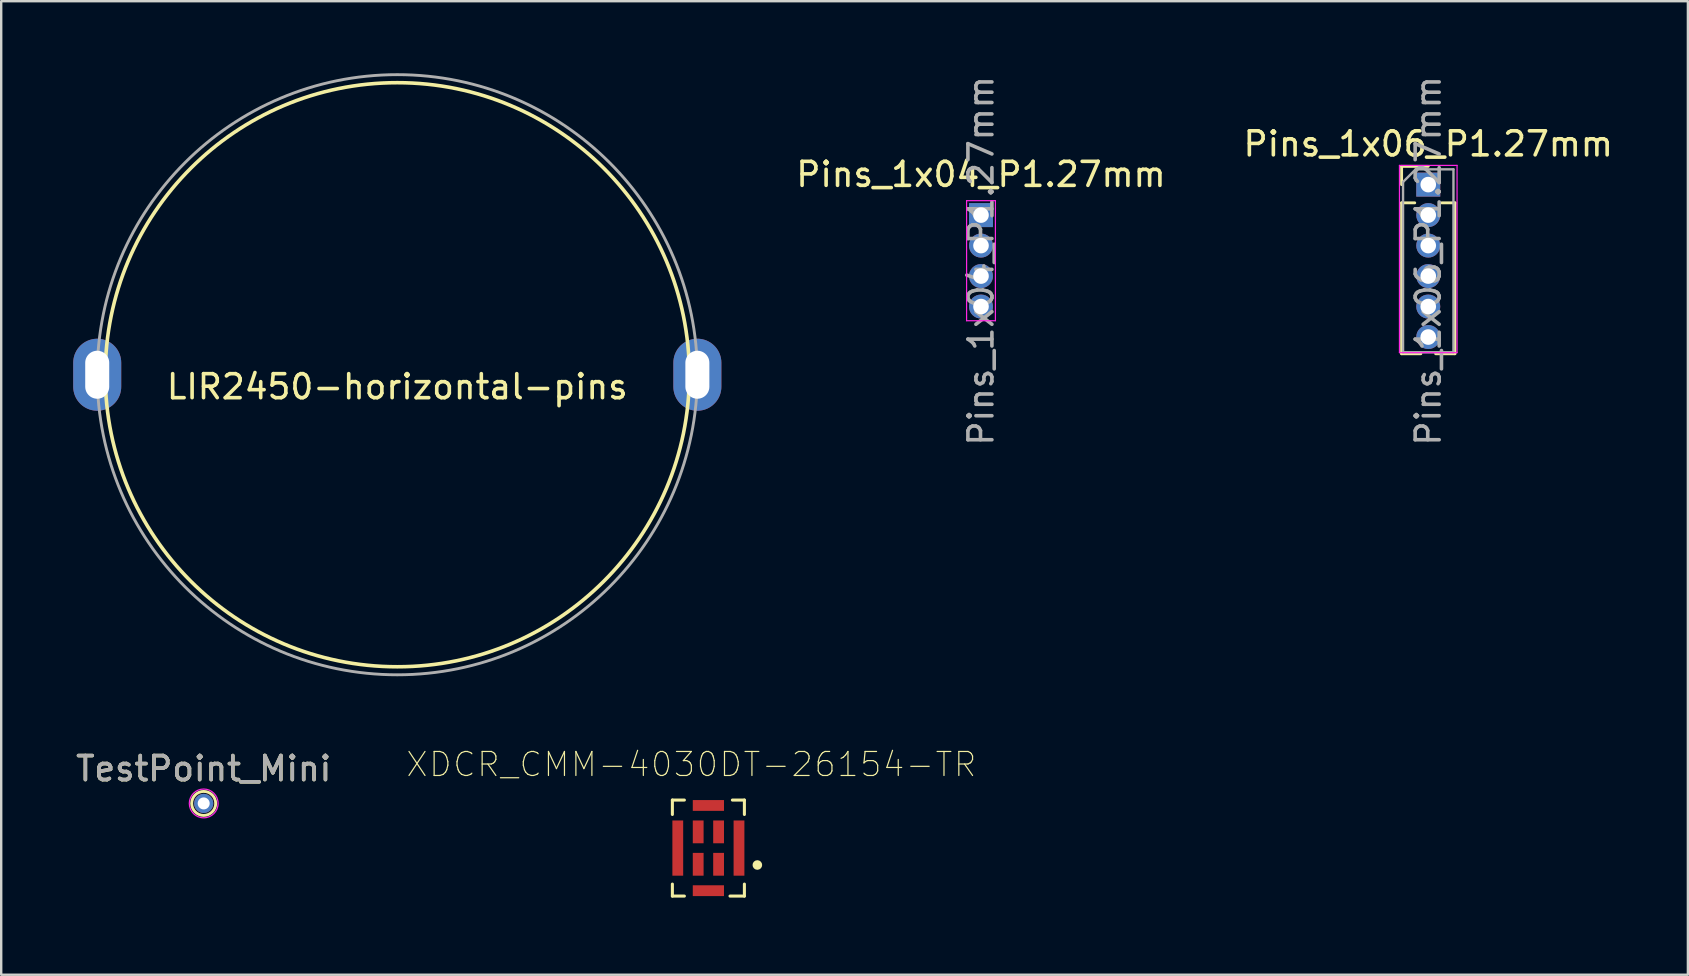
<source format=kicad_pcb>
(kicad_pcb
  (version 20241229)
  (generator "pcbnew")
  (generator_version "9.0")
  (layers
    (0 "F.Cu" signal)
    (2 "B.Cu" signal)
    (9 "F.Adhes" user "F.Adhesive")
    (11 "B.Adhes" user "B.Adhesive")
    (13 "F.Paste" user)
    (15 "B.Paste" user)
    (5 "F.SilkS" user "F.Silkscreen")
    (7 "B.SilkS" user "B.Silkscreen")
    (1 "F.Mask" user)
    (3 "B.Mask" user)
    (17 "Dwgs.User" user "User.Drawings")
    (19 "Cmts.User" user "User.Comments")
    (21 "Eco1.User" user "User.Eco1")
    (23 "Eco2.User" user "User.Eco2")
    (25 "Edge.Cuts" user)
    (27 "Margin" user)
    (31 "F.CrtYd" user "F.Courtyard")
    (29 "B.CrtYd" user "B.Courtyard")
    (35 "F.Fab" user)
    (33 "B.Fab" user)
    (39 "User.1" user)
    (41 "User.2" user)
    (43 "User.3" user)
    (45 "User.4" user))
  (footprint "LIR2450-horizontal-pins"
    (layer "F.Cu")
    (at 13.5 12.56)
    (property "Reference" "LIR2450-horizontal-pins" (at 0 0.5 0) (layer "F.SilkS") (effects (font (size 1 1) (thickness 0.15))))
    (attr through_hole)
    (fp_circle (center 0 0) (end -12 -2) (stroke (width 0.15) (type solid)) (fill no) (layer "F.SilkS"))
    (fp_circle (center 0 0) (end 12.5 0) (stroke (width 0.12) (type solid)) (fill no) (layer "F.Fab"))
    (pad "1" thru_hole oval (at 12.5 0) (size 2 3) (drill oval 1 2) (layers "*.Cu" "*.Mask"))
    (pad "2" thru_hole oval (at -12.5 0) (size 2 3) (drill oval 1 2) (layers "*.Cu" "*.Mask")))
  (footprint "Pins_1x04_P1.27mm"
    (layer "F.Cu")
    (at 37.815 5.91)
    (property "Reference" "Pins_1x04_P1.27mm" (at 0 -1.695 0) (layer "F.SilkS") (effects (font (size 1 1) (thickness 0.15))))
    (attr through_hole)
    (fp_line (start -0.6 -0.6) (end -0.6 4.4) (stroke (width 0.05) (type solid)) (layer "F.CrtYd"))
    (fp_line (start -0.6 4.4) (end 0.6 4.4) (stroke (width 0.05) (type solid)) (layer "F.CrtYd"))
    (fp_line (start 0.6 -0.6) (end -0.6 -0.6) (stroke (width 0.05) (type solid)) (layer "F.CrtYd"))
    (fp_line (start 0.6 4.4) (end 0.6 -0.6) (stroke (width 0.05) (type solid)) (layer "F.CrtYd"))
    (fp_text user "${REFERENCE}" (at 0 1.905 90) (layer "F.Fab") (effects (font (size 1 1) (thickness 0.15))))
    (pad "1" thru_hole rect (at 0 0) (size 1 1) (drill 0.65) (layers "*.Cu" "*.Mask"))
    (pad "2" thru_hole oval (at 0 1.27) (size 1 1) (drill 0.65) (layers "*.Cu" "*.Mask"))
    (pad "3" thru_hole oval (at 0 2.54) (size 1 1) (drill 0.65) (layers "*.Cu" "*.Mask"))
    (pad "4" thru_hole oval (at 0 3.81) (size 1 1) (drill 0.65) (layers "*.Cu" "*.Mask")))
  (footprint "TestPoint_Mini"
    (layer "F.Cu")
    (at 5.435 30.418)
    (property "Reference" "TestPoint_Mini" (at 0 -1.448 0) (layer "F.SilkS") (effects (font (size 1 1) (thickness 0.15))))
    (attr exclude_from_pos_files exclude_from_bom)
    (fp_circle (center 0 0) (end 0.5 0) (stroke (width 0.12) (type solid)) (fill no) (layer "F.SilkS"))
    (fp_circle (center 0 0) (end 0.6 0) (stroke (width 0.05) (type solid)) (fill no) (layer "F.CrtYd"))
    (fp_text user "${REFERENCE}" (at 0 -1.45 0) (layer "F.Fab") (effects (font (size 1 1) (thickness 0.15))))
    (pad "1" thru_hole circle (at 0 0) (size 0.8 0.8) (drill 0.5) (layers "*.Cu" "*.Mask")))
  (footprint "Pins_1x06_P1.27mm"
    (layer "F.Cu")
    (at 56.446 4.64)
    (property "Reference" "Pins_1x06_P1.27mm" (at 0 -1.695 0) (layer "F.SilkS") (effects (font (size 1 1) (thickness 0.15))))
    (attr through_hole)
    (fp_line (start -1.11 -0.76) (end 0 -0.76) (stroke (width 0.12) (type solid)) (layer "F.SilkS"))
    (fp_line (start -1.11 0) (end -1.11 -0.76) (stroke (width 0.12) (type solid)) (layer "F.SilkS"))
    (fp_line (start -1.11 0.76) (end -1.11 7.045) (stroke (width 0.12) (type solid)) (layer "F.SilkS"))
    (fp_line (start -1.11 0.76) (end -0.563 0.76) (stroke (width 0.12) (type solid)) (layer "F.SilkS"))
    (fp_line (start -1.11 7.045) (end -0.308 7.045) (stroke (width 0.12) (type solid)) (layer "F.SilkS"))
    (fp_line (start 0.308 7.045) (end 1.11 7.045) (stroke (width 0.12) (type solid)) (layer "F.SilkS"))
    (fp_line (start 0.563 0.76) (end 1.11 0.76) (stroke (width 0.12) (type solid)) (layer "F.SilkS"))
    (fp_line (start 1.11 0.76) (end 1.11 7.045) (stroke (width 0.12) (type solid)) (layer "F.SilkS"))
    (fp_line (start -1.2 -0.8) (end -1.2 7) (stroke (width 0.05) (type solid)) (layer "F.CrtYd"))
    (fp_line (start -1.2 7) (end 1.2 7) (stroke (width 0.05) (type solid)) (layer "F.CrtYd"))
    (fp_line (start 1.2 -0.8) (end -1.2 -0.8) (stroke (width 0.05) (type solid)) (layer "F.CrtYd"))
    (fp_line (start 1.2 7) (end 1.2 -0.8) (stroke (width 0.05) (type solid)) (layer "F.CrtYd"))
    (fp_line (start -1.05 -0.11) (end -0.525 -0.635) (stroke (width 0.1) (type solid)) (layer "F.Fab"))
    (fp_line (start -1.05 6.985) (end -1.05 -0.11) (stroke (width 0.1) (type solid)) (layer "F.Fab"))
    (fp_line (start -0.525 -0.635) (end 1.05 -0.635) (stroke (width 0.1) (type solid)) (layer "F.Fab"))
    (fp_line (start 1.05 -0.635) (end 1.05 6.985) (stroke (width 0.1) (type solid)) (layer "F.Fab"))
    (fp_line (start 1.05 6.985) (end -1.05 6.985) (stroke (width 0.1) (type solid)) (layer "F.Fab"))
    (fp_text user "${REFERENCE}" (at 0 3.175 90) (layer "F.Fab") (effects (font (size 1 1) (thickness 0.15))))
    (pad "1" thru_hole rect (at 0 0) (size 1 1) (drill 0.65) (layers "*.Cu" "*.Mask"))
    (pad "2" thru_hole oval (at 0 1.27) (size 1 1) (drill 0.65) (layers "*.Cu" "*.Mask"))
    (pad "3" thru_hole oval (at 0 2.54) (size 1 1) (drill 0.65) (layers "*.Cu" "*.Mask"))
    (pad "4" thru_hole oval (at 0 3.81) (size 1 1) (drill 0.65) (layers "*.Cu" "*.Mask"))
    (pad "5" thru_hole oval (at 0 5.08) (size 1 1) (drill 0.65) (layers "*.Cu" "*.Mask"))
    (pad "6" thru_hole oval (at 0 6.35) (size 1 1) (drill 0.65) (layers "*.Cu" "*.Mask")))
  (footprint "XDCR_CMM-4030DT-26154-TR"
    (layer "F.Cu")
    (at 26.459 32.278)
    (property "Reference" "XDCR_CMM-4030DT-26154-TR" (at -0.71 -3.485 0) (layer "F.SilkS") (effects (font (size 1 1) (thickness 0.05))))
    (attr smd)
    (fp_line (start -1.5 -2) (end -1.5 -1.4) (stroke (width 0.127) (type solid)) (layer "F.SilkS"))
    (fp_line (start -1.5 -2) (end -1 -2) (stroke (width 0.127) (type solid)) (layer "F.SilkS"))
    (fp_line (start -1.5 1.5) (end -1.5 2) (stroke (width 0.127) (type solid)) (layer "F.SilkS"))
    (fp_line (start -1.5 2) (end -1 2) (stroke (width 0.127) (type solid)) (layer "F.SilkS"))
    (fp_line (start 1.5 -2) (end 1 -2) (stroke (width 0.127) (type solid)) (layer "F.SilkS"))
    (fp_line (start 1.5 -2) (end 1.5 -1.4) (stroke (width 0.127) (type solid)) (layer "F.SilkS"))
    (fp_line (start 1.5 1.5) (end 1.5 2) (stroke (width 0.127) (type solid)) (layer "F.SilkS"))
    (fp_line (start 1.5 2) (end 0.9 2) (stroke (width 0.127) (type solid)) (layer "F.SilkS"))
    (fp_circle (center 2.04 0.705) (end 2.14 0.705) (stroke (width 0.2) (type solid)) (fill no) (layer "F.SilkS"))
    (fp_line (start -1.75 -2.25) (end 1.75 -2.25) (stroke (width 0.05) (type solid)) (layer "Eco1.User"))
    (fp_line (start -1.75 2.25) (end -1.75 -2.25) (stroke (width 0.05) (type solid)) (layer "Eco1.User"))
    (fp_line (start 1.75 -2.25) (end 1.75 2.25) (stroke (width 0.05) (type solid)) (layer "Eco1.User"))
    (fp_line (start 1.75 2.25) (end -1.75 2.25) (stroke (width 0.05) (type solid)) (layer "Eco1.User"))
    (fp_line (start -1.5 -2) (end 1.5 -2) (stroke (width 0.127) (type solid)) (layer "Eco2.User"))
    (fp_line (start -1.5 2) (end -1.5 -2) (stroke (width 0.127) (type solid)) (layer "Eco2.User"))
    (fp_line (start 1.5 -2) (end 1.5 2) (stroke (width 0.127) (type solid)) (layer "Eco2.User"))
    (fp_line (start 1.5 2) (end -1.5 2) (stroke (width 0.127) (type solid)) (layer "Eco2.User"))
    (fp_circle (center 2.035 0.705) (end 2.135 0.705) (stroke (width 0.2) (type solid)) (fill no) (layer "Eco2.User"))
    (pad "1" smd rect (at -0.425 0.675 180) (size 0.45 0.95) (layers "F.Cu" "F.Mask" "F.Paste"))
    (pad "2" smd rect (at -0.425 -0.675 180) (size 0.45 0.95) (layers "F.Cu" "F.Mask" "F.Paste"))
    (pad "3" smd rect (at 0.425 -0.675 180) (size 0.45 0.95) (layers "F.Cu" "F.Mask" "F.Paste"))
    (pad "4" smd rect (at 0.425 0.675 180) (size 0.45 0.95) (layers "F.Cu" "F.Mask" "F.Paste"))
    (pad "5" smd rect (at 0 1.775 180) (size 1.3 0.45) (layers "F.Cu" "F.Mask" "F.Paste"))
    (pad "6" smd rect (at -1.275 0 180) (size 0.45 2.3) (layers "F.Cu" "F.Mask" "F.Paste"))
    (pad "7" smd rect (at 0 -1.775 180) (size 1.3 0.45) (layers "F.Cu" "F.Mask" "F.Paste"))
    (pad "8" smd rect (at 1.275 0 180) (size 0.45 2.3) (layers "F.Cu" "F.Mask" "F.Paste")))
  (gr_rect
    (start -3 -3)
    (end 67.262 37.553)
    (stroke (width 0.1) (type default))
    (fill no)
    (layer "Edge.Cuts")))
</source>
